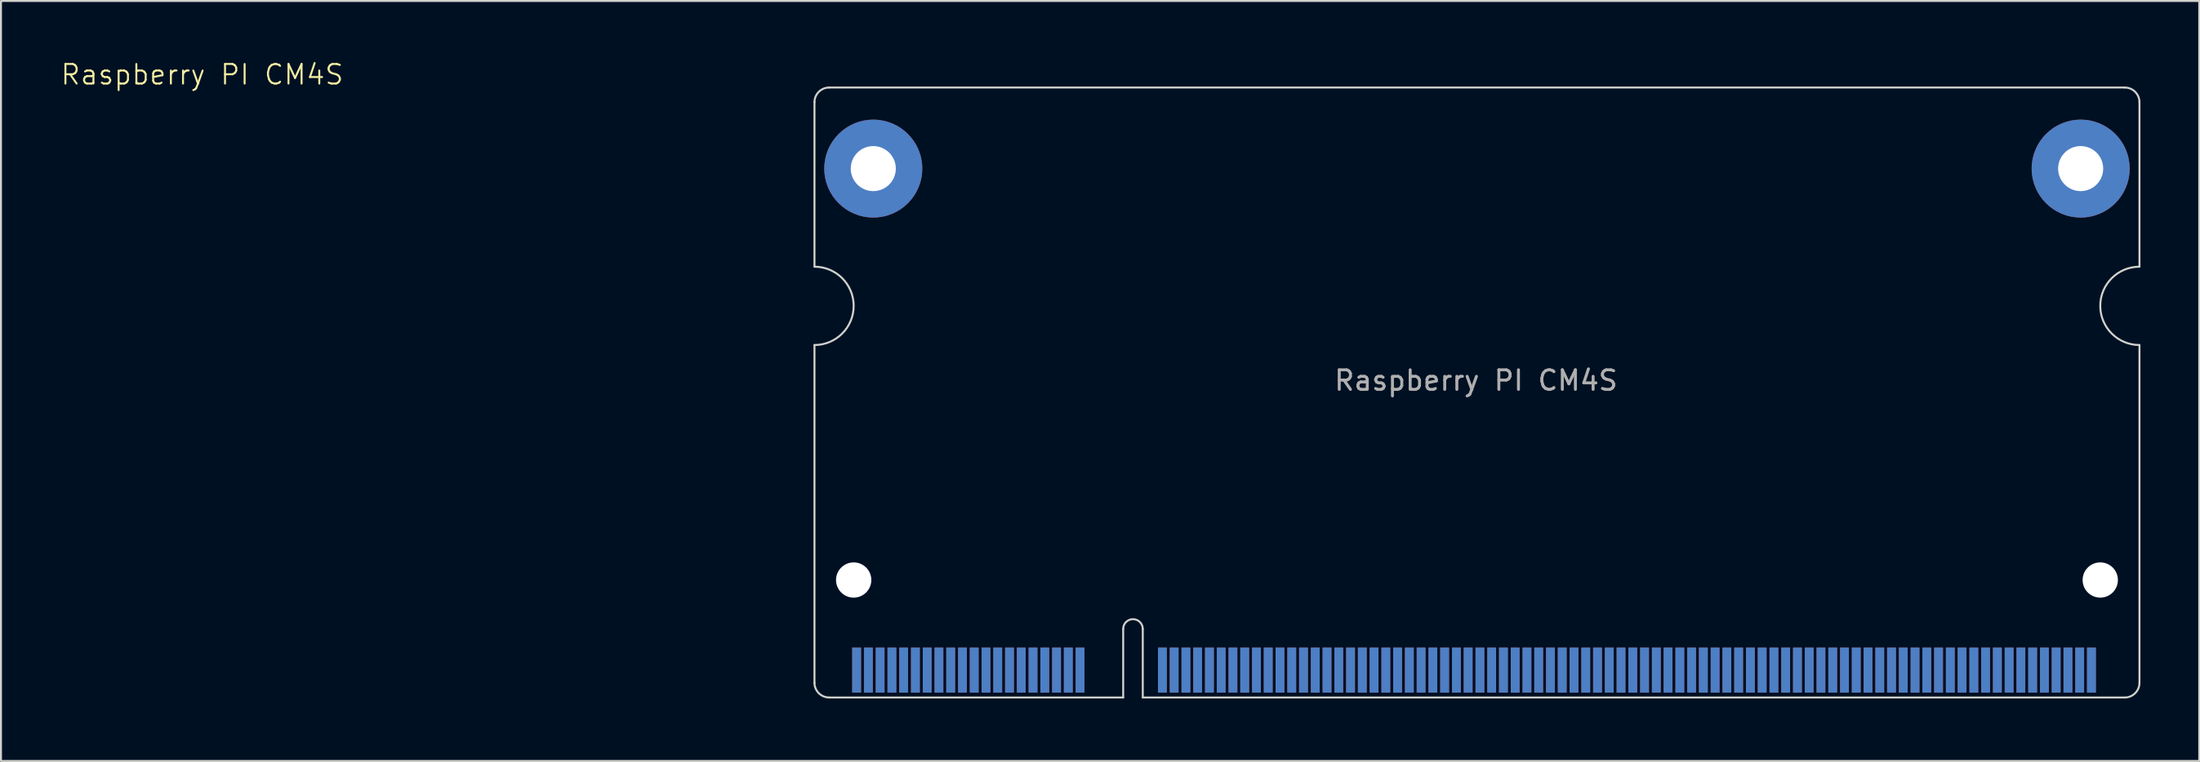
<source format=kicad_pcb>
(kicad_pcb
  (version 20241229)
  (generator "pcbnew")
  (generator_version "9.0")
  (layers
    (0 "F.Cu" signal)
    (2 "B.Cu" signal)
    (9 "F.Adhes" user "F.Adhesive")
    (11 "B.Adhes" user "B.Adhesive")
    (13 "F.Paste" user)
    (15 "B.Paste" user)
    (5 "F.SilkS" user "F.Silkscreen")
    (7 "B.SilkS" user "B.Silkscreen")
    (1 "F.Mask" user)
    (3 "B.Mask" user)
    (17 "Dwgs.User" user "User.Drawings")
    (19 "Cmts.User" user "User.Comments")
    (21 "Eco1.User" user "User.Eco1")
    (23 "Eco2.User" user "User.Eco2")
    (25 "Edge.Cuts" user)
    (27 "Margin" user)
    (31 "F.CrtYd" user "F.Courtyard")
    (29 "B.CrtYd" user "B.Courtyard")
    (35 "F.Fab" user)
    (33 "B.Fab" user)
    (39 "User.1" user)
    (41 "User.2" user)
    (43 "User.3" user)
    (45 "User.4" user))
  (footprint "Raspberry PI CM4S"
    (layer "F.Cu")
    (at 38.504 32.56)
    (property "Reference" "Raspberry PI CM4S" (at -31.24 -31.8 0) (unlocked yes) (layer "F.SilkS") (effects (font (size 1 1) (thickness 0.1))))
    (attr exclude_from_pos_files exclude_from_bom)
    (fp_line (start 0 -30.39) (end 0 -21.99) (stroke (width 0.1) (type solid)) (layer "Edge.Cuts"))
    (fp_line (start 0 -17.99) (end 0 -0.74) (stroke (width 0.1) (type solid)) (layer "Edge.Cuts"))
    (fp_line (start 0.749 -31.14) (end 66.85 -31.14) (stroke (width 0.1) (type solid)) (layer "Edge.Cuts"))
    (fp_line (start 15.75 0.01) (end 0.75 0.01) (stroke (width 0.1) (type solid)) (layer "Edge.Cuts"))
    (fp_line (start 15.75 0.01) (end 15.75 -3.49) (stroke (width 0.1) (type solid)) (layer "Edge.Cuts"))
    (fp_line (start 16.75 0.01) (end 16.75 -3.49) (stroke (width 0.1) (type solid)) (layer "Edge.Cuts"))
    (fp_line (start 16.75 0.01) (end 66.851 0.01) (stroke (width 0.1) (type solid)) (layer "Edge.Cuts"))
    (fp_line (start 67.6 -30.39) (end 67.6 -21.99) (stroke (width 0.1) (type solid)) (layer "Edge.Cuts"))
    (fp_line (start 67.6 -0.74) (end 67.6 -17.99) (stroke (width 0.1) (type solid)) (layer "Edge.Cuts"))
    (fp_arc (start 0 -30.39) (mid 0.219207 -30.919867) (end 0.748691 -31.139999) (stroke (width 0.1) (type solid)) (layer "Edge.Cuts"))
    (fp_arc (start 0 -21.99) (mid 2 -19.99) (end 0 -17.99) (stroke (width 0.1) (type solid)) (layer "Edge.Cuts"))
    (fp_arc (start 0.749999 0.008691) (mid 0.220132 -0.210516) (end 0 -0.74) (stroke (width 0.1) (type solid)) (layer "Edge.Cuts"))
    (fp_arc (start 15.75 -3.49) (mid 16.25 -3.99) (end 16.75 -3.49) (stroke (width 0.1) (type solid)) (layer "Edge.Cuts"))
    (fp_arc (start 66.85 -31.14) (mid 67.379867 -30.920793) (end 67.599999 -30.391309) (stroke (width 0.1) (type solid)) (layer "Edge.Cuts"))
    (fp_arc (start 67.6 -17.99) (mid 65.6 -19.99) (end 67.6 -21.99) (stroke (width 0.1) (type solid)) (layer "Edge.Cuts"))
    (fp_arc (start 67.6 -0.74) (mid 67.38033 -0.20967) (end 66.85 0.01) (stroke (width 0.1) (type solid)) (layer "Edge.Cuts"))
    (fp_text user "${REFERENCE}" (at 33.75 -16.18 0) (unlocked yes) (layer "F.Fab") (effects (font (size 1 1) (thickness 0.15))))
    (pad "" np_thru_hole circle (at 2 -5.99) (size 1.8 1.8) (drill 1.8) (layers "*.Cu" "*.Mask"))
    (pad "" np_thru_hole circle (at 65.6 -5.99) (size 1.8 1.8) (drill 1.8) (layers "*.Cu" "*.Mask"))
    (pad "1" smd rect (at 2.15 -1.39) (size 0.45 2.3) (layers "F.Cu" "F.Mask"))
    (pad "2" smd rect (at 2.15 -1.39 180) (size 0.45 2.3) (layers "B.Cu" "B.Mask"))
    (pad "3" smd rect (at 2.75 -1.39) (size 0.45 2.3) (layers "F.Cu" "F.Mask"))
    (pad "4" smd rect (at 2.75 -1.39 180) (size 0.45 2.3) (layers "B.Cu" "B.Mask"))
    (pad "5" smd rect (at 3.35 -1.39) (size 0.45 2.3) (layers "F.Cu" "F.Mask"))
    (pad "6" smd rect (at 3.35 -1.39 180) (size 0.45 2.3) (layers "B.Cu" "B.Mask"))
    (pad "7" smd rect (at 3.95 -1.39) (size 0.45 2.3) (layers "F.Cu" "F.Mask"))
    (pad "8" smd rect (at 3.95 -1.39 180) (size 0.45 2.3) (layers "B.Cu" "B.Mask"))
    (pad "9" smd rect (at 4.55 -1.39) (size 0.45 2.3) (layers "F.Cu" "F.Mask"))
    (pad "10" smd rect (at 4.55 -1.39 180) (size 0.45 2.3) (layers "B.Cu" "B.Mask"))
    (pad "11" smd rect (at 5.15 -1.39) (size 0.45 2.3) (layers "F.Cu" "F.Mask"))
    (pad "12" smd rect (at 5.15 -1.39 180) (size 0.45 2.3) (layers "B.Cu" "B.Mask"))
    (pad "13" smd rect (at 5.75 -1.39) (size 0.45 2.3) (layers "F.Cu" "F.Mask"))
    (pad "14" smd rect (at 5.75 -1.39 180) (size 0.45 2.3) (layers "B.Cu" "B.Mask"))
    (pad "15" smd rect (at 6.35 -1.39) (size 0.45 2.3) (layers "F.Cu" "F.Mask"))
    (pad "16" smd rect (at 6.35 -1.39 180) (size 0.45 2.3) (layers "B.Cu" "B.Mask"))
    (pad "17" smd rect (at 6.95 -1.39) (size 0.45 2.3) (layers "F.Cu" "F.Mask"))
    (pad "18" smd rect (at 6.95 -1.39 180) (size 0.45 2.3) (layers "B.Cu" "B.Mask"))
    (pad "19" smd rect (at 7.55 -1.39) (size 0.45 2.3) (layers "F.Cu" "F.Mask"))
    (pad "20" smd rect (at 7.55 -1.39 180) (size 0.45 2.3) (layers "B.Cu" "B.Mask"))
    (pad "21" smd rect (at 8.15 -1.39) (size 0.45 2.3) (layers "F.Cu" "F.Mask"))
    (pad "22" smd rect (at 8.15 -1.39 180) (size 0.45 2.3) (layers "B.Cu" "B.Mask"))
    (pad "23" smd rect (at 8.75 -1.39) (size 0.45 2.3) (layers "F.Cu" "F.Mask"))
    (pad "24" smd rect (at 8.75 -1.39 180) (size 0.45 2.3) (layers "B.Cu" "B.Mask"))
    (pad "25" smd rect (at 9.35 -1.39) (size 0.45 2.3) (layers "F.Cu" "F.Mask"))
    (pad "26" smd rect (at 9.35 -1.39 180) (size 0.45 2.3) (layers "B.Cu" "B.Mask"))
    (pad "27" smd rect (at 9.95 -1.39) (size 0.45 2.3) (layers "F.Cu" "F.Mask"))
    (pad "28" smd rect (at 9.95 -1.39 180) (size 0.45 2.3) (layers "B.Cu" "B.Mask"))
    (pad "29" smd rect (at 10.55 -1.39) (size 0.45 2.3) (layers "F.Cu" "F.Mask"))
    (pad "30" smd rect (at 10.55 -1.39 180) (size 0.45 2.3) (layers "B.Cu" "B.Mask"))
    (pad "31" smd rect (at 11.15 -1.39) (size 0.45 2.3) (layers "F.Cu" "F.Mask"))
    (pad "32" smd rect (at 11.15 -1.39 180) (size 0.45 2.3) (layers "B.Cu" "B.Mask"))
    (pad "33" smd rect (at 11.75 -1.39) (size 0.45 2.3) (layers "F.Cu" "F.Mask"))
    (pad "34" smd rect (at 11.75 -1.39 180) (size 0.45 2.3) (layers "B.Cu" "B.Mask"))
    (pad "35" smd rect (at 12.35 -1.39) (size 0.45 2.3) (layers "F.Cu" "F.Mask"))
    (pad "36" smd rect (at 12.35 -1.39 180) (size 0.45 2.3) (layers "B.Cu" "B.Mask"))
    (pad "37" smd rect (at 12.95 -1.39) (size 0.45 2.3) (layers "F.Cu" "F.Mask"))
    (pad "38" smd rect (at 12.95 -1.39 180) (size 0.45 2.3) (layers "B.Cu" "B.Mask"))
    (pad "39" smd rect (at 13.55 -1.39) (size 0.45 2.3) (layers "F.Cu" "F.Mask"))
    (pad "40" smd rect (at 13.55 -1.39 180) (size 0.45 2.3) (layers "B.Cu" "B.Mask"))
    (pad "41" smd rect (at 17.75 -1.39) (size 0.45 2.3) (layers "F.Cu" "F.Mask"))
    (pad "42" smd rect (at 17.75 -1.39 180) (size 0.45 2.3) (layers "B.Cu" "B.Mask"))
    (pad "43" smd rect (at 18.35 -1.39) (size 0.45 2.3) (layers "F.Cu" "F.Mask"))
    (pad "44" smd rect (at 18.35 -1.39 180) (size 0.45 2.3) (layers "B.Cu" "B.Mask"))
    (pad "45" smd rect (at 18.95 -1.39) (size 0.45 2.3) (layers "F.Cu" "F.Mask"))
    (pad "46" smd rect (at 18.95 -1.39 180) (size 0.45 2.3) (layers "B.Cu" "B.Mask"))
    (pad "47" smd rect (at 19.55 -1.39) (size 0.45 2.3) (layers "F.Cu" "F.Mask"))
    (pad "48" smd rect (at 19.55 -1.39 180) (size 0.45 2.3) (layers "B.Cu" "B.Mask"))
    (pad "49" smd rect (at 20.15 -1.39) (size 0.45 2.3) (layers "F.Cu" "F.Mask"))
    (pad "50" smd rect (at 20.15 -1.39 180) (size 0.45 2.3) (layers "B.Cu" "B.Mask"))
    (pad "51" smd rect (at 20.75 -1.39) (size 0.45 2.3) (layers "F.Cu" "F.Mask"))
    (pad "52" smd rect (at 20.75 -1.39 180) (size 0.45 2.3) (layers "B.Cu" "B.Mask"))
    (pad "53" smd rect (at 21.35 -1.39) (size 0.45 2.3) (layers "F.Cu" "F.Mask"))
    (pad "54" smd rect (at 21.35 -1.39 180) (size 0.45 2.3) (layers "B.Cu" "B.Mask"))
    (pad "55" smd rect (at 21.95 -1.39) (size 0.45 2.3) (layers "F.Cu" "F.Mask"))
    (pad "56" smd rect (at 21.95 -1.39 180) (size 0.45 2.3) (layers "B.Cu" "B.Mask"))
    (pad "57" smd rect (at 22.55 -1.39) (size 0.45 2.3) (layers "F.Cu" "F.Mask"))
    (pad "58" smd rect (at 22.55 -1.39 180) (size 0.45 2.3) (layers "B.Cu" "B.Mask"))
    (pad "59" smd rect (at 23.15 -1.39) (size 0.45 2.3) (layers "F.Cu" "F.Mask"))
    (pad "60" smd rect (at 23.15 -1.39 180) (size 0.45 2.3) (layers "B.Cu" "B.Mask"))
    (pad "61" smd rect (at 23.75 -1.39) (size 0.45 2.3) (layers "F.Cu" "F.Mask"))
    (pad "62" smd rect (at 23.75 -1.39) (size 0.45 2.3) (layers "B.Cu" "B.Mask"))
    (pad "63" smd rect (at 24.35 -1.39) (size 0.45 2.3) (layers "F.Cu" "F.Mask"))
    (pad "64" smd rect (at 24.35 -1.39 180) (size 0.45 2.3) (layers "B.Cu" "B.Mask"))
    (pad "65" smd rect (at 24.95 -1.39) (size 0.45 2.3) (layers "F.Cu" "F.Mask"))
    (pad "66" smd rect (at 24.95 -1.39 180) (size 0.45 2.3) (layers "B.Cu" "B.Mask"))
    (pad "67" smd rect (at 25.55 -1.39) (size 0.45 2.3) (layers "F.Cu" "F.Mask"))
    (pad "68" smd rect (at 25.55 -1.39 180) (size 0.45 2.3) (layers "B.Cu" "B.Mask"))
    (pad "69" smd rect (at 26.15 -1.39) (size 0.45 2.3) (layers "F.Cu" "F.Mask"))
    (pad "70" smd rect (at 26.15 -1.39 180) (size 0.45 2.3) (layers "B.Cu" "B.Mask"))
    (pad "71" smd rect (at 26.75 -1.39) (size 0.45 2.3) (layers "F.Cu" "F.Mask"))
    (pad "72" smd rect (at 26.75 -1.39 180) (size 0.45 2.3) (layers "B.Cu" "B.Mask"))
    (pad "73" smd rect (at 27.35 -1.39) (size 0.45 2.3) (layers "F.Cu" "F.Mask"))
    (pad "74" smd rect (at 27.35 -1.39 180) (size 0.45 2.3) (layers "B.Cu" "B.Mask"))
    (pad "75" smd rect (at 27.95 -1.39) (size 0.45 2.3) (layers "F.Cu" "F.Mask"))
    (pad "76" smd rect (at 27.95 -1.39 180) (size 0.45 2.3) (layers "B.Cu" "B.Mask"))
    (pad "77" smd rect (at 28.55 -1.39) (size 0.45 2.3) (layers "F.Cu" "F.Mask"))
    (pad "78" smd rect (at 28.55 -1.39 180) (size 0.45 2.3) (layers "B.Cu" "B.Mask"))
    (pad "79" smd rect (at 29.15 -1.39) (size 0.45 2.3) (layers "F.Cu" "F.Mask"))
    (pad "80" smd rect (at 29.15 -1.39 180) (size 0.45 2.3) (layers "B.Cu" "B.Mask"))
    (pad "81" smd rect (at 29.75 -1.39) (size 0.45 2.3) (layers "F.Cu" "F.Mask"))
    (pad "82" smd rect (at 29.75 -1.39 180) (size 0.45 2.3) (layers "B.Cu" "B.Mask"))
    (pad "83" smd rect (at 30.35 -1.39) (size 0.45 2.3) (layers "F.Cu" "F.Mask"))
    (pad "84" smd rect (at 30.35 -1.39 180) (size 0.45 2.3) (layers "B.Cu" "B.Mask"))
    (pad "85" smd rect (at 30.95 -1.39) (size 0.45 2.3) (layers "F.Cu" "F.Mask"))
    (pad "86" smd rect (at 30.95 -1.39 180) (size 0.45 2.3) (layers "B.Cu" "B.Mask"))
    (pad "87" smd rect (at 31.55 -1.39) (size 0.45 2.3) (layers "F.Cu" "F.Mask"))
    (pad "88" smd rect (at 31.55 -1.39 180) (size 0.45 2.3) (layers "B.Cu" "B.Mask"))
    (pad "89" smd rect (at 32.15 -1.39) (size 0.45 2.3) (layers "F.Cu" "F.Mask"))
    (pad "90" smd rect (at 32.15 -1.39 180) (size 0.45 2.3) (layers "B.Cu" "B.Mask"))
    (pad "91" smd rect (at 32.75 -1.39) (size 0.45 2.3) (layers "F.Cu" "F.Mask"))
    (pad "92" smd rect (at 32.75 -1.39 180) (size 0.45 2.3) (layers "B.Cu" "B.Mask"))
    (pad "93" smd rect (at 33.35 -1.39) (size 0.45 2.3) (layers "F.Cu" "F.Mask"))
    (pad "94" smd rect (at 33.35 -1.39 180) (size 0.45 2.3) (layers "B.Cu" "B.Mask"))
    (pad "95" smd rect (at 33.95 -1.39) (size 0.45 2.3) (layers "F.Cu" "F.Mask"))
    (pad "96" smd rect (at 33.95 -1.39 180) (size 0.45 2.3) (layers "B.Cu" "B.Mask"))
    (pad "97" smd rect (at 34.55 -1.39) (size 0.45 2.3) (layers "F.Cu" "F.Mask"))
    (pad "98" smd rect (at 34.55 -1.39 180) (size 0.45 2.3) (layers "B.Cu" "B.Mask"))
    (pad "99" smd rect (at 35.15 -1.39) (size 0.45 2.3) (layers "F.Cu" "F.Mask"))
    (pad "100" smd rect (at 35.15 -1.39 180) (size 0.45 2.3) (layers "B.Cu" "B.Mask"))
    (pad "101" smd rect (at 35.75 -1.39) (size 0.45 2.3) (layers "F.Cu" "F.Mask"))
    (pad "102" smd rect (at 35.75 -1.39 180) (size 0.45 2.3) (layers "B.Cu" "B.Mask"))
    (pad "103" smd rect (at 36.35 -1.39) (size 0.45 2.3) (layers "F.Cu" "F.Mask"))
    (pad "104" smd rect (at 36.35 -1.39 180) (size 0.45 2.3) (layers "B.Cu" "B.Mask"))
    (pad "105" smd rect (at 36.95 -1.39) (size 0.45 2.3) (layers "F.Cu" "F.Mask"))
    (pad "106" smd rect (at 36.95 -1.39 180) (size 0.45 2.3) (layers "B.Cu" "B.Mask"))
    (pad "107" smd rect (at 37.55 -1.39) (size 0.45 2.3) (layers "F.Cu" "F.Mask"))
    (pad "108" smd rect (at 37.55 -1.39 180) (size 0.45 2.3) (layers "B.Cu" "B.Mask"))
    (pad "109" smd rect (at 38.15 -1.39) (size 0.45 2.3) (layers "F.Cu" "F.Mask"))
    (pad "110" smd rect (at 38.15 -1.39 180) (size 0.45 2.3) (layers "B.Cu" "B.Mask"))
    (pad "111" smd rect (at 38.75 -1.39) (size 0.45 2.3) (layers "F.Cu" "F.Mask"))
    (pad "112" smd rect (at 38.75 -1.39 180) (size 0.45 2.3) (layers "B.Cu" "B.Mask"))
    (pad "113" smd rect (at 39.35 -1.39) (size 0.45 2.3) (layers "F.Cu" "F.Mask"))
    (pad "114" smd rect (at 39.35 -1.39 180) (size 0.45 2.3) (layers "B.Cu" "B.Mask"))
    (pad "115" smd rect (at 39.95 -1.39) (size 0.45 2.3) (layers "F.Cu" "F.Mask"))
    (pad "116" smd rect (at 39.95 -1.39 180) (size 0.45 2.3) (layers "B.Cu" "B.Mask"))
    (pad "117" smd rect (at 40.55 -1.39) (size 0.45 2.3) (layers "F.Cu" "F.Mask"))
    (pad "118" smd rect (at 40.55 -1.39 180) (size 0.45 2.3) (layers "B.Cu" "B.Mask"))
    (pad "119" smd rect (at 41.15 -1.39) (size 0.45 2.3) (layers "F.Cu" "F.Mask"))
    (pad "120" smd rect (at 41.15 -1.39 180) (size 0.45 2.3) (layers "B.Cu" "B.Mask"))
    (pad "121" smd rect (at 41.75 -1.39) (size 0.45 2.3) (layers "F.Cu" "F.Mask"))
    (pad "122" smd rect (at 41.75 -1.39 180) (size 0.45 2.3) (layers "B.Cu" "B.Mask"))
    (pad "123" smd rect (at 42.35 -1.39) (size 0.45 2.3) (layers "F.Cu" "F.Mask"))
    (pad "124" smd rect (at 42.35 -1.39 180) (size 0.45 2.3) (layers "B.Cu" "B.Mask"))
    (pad "125" smd rect (at 42.95 -1.39) (size 0.45 2.3) (layers "F.Cu" "F.Mask"))
    (pad "126" smd rect (at 42.95 -1.39 180) (size 0.45 2.3) (layers "B.Cu" "B.Mask"))
    (pad "127" smd rect (at 43.55 -1.39) (size 0.45 2.3) (layers "F.Cu" "F.Mask"))
    (pad "128" smd rect (at 43.55 -1.39 180) (size 0.45 2.3) (layers "B.Cu" "B.Mask"))
    (pad "129" smd rect (at 44.15 -1.39) (size 0.45 2.3) (layers "F.Cu" "F.Mask"))
    (pad "130" smd rect (at 44.15 -1.39 180) (size 0.45 2.3) (layers "B.Cu" "B.Mask"))
    (pad "131" smd rect (at 44.75 -1.39) (size 0.45 2.3) (layers "F.Cu" "F.Mask"))
    (pad "132" smd rect (at 44.75 -1.39 180) (size 0.45 2.3) (layers "B.Cu" "B.Mask"))
    (pad "133" smd rect (at 45.35 -1.39) (size 0.45 2.3) (layers "F.Cu" "F.Mask"))
    (pad "134" smd rect (at 45.35 -1.39 180) (size 0.45 2.3) (layers "B.Cu" "B.Mask"))
    (pad "135" smd rect (at 45.95 -1.39) (size 0.45 2.3) (layers "F.Cu" "F.Mask"))
    (pad "136" smd rect (at 45.95 -1.39 180) (size 0.45 2.3) (layers "B.Cu" "B.Mask"))
    (pad "137" smd rect (at 46.55 -1.39) (size 0.45 2.3) (layers "F.Cu" "F.Mask"))
    (pad "138" smd rect (at 46.55 -1.39 180) (size 0.45 2.3) (layers "B.Cu" "B.Mask"))
    (pad "139" smd rect (at 47.15 -1.39) (size 0.45 2.3) (layers "F.Cu" "F.Mask"))
    (pad "140" smd rect (at 47.15 -1.39 180) (size 0.45 2.3) (layers "B.Cu" "B.Mask"))
    (pad "141" smd rect (at 47.75 -1.39) (size 0.45 2.3) (layers "F.Cu" "F.Mask"))
    (pad "142" smd rect (at 47.75 -1.39 180) (size 0.45 2.3) (layers "B.Cu" "B.Mask"))
    (pad "143" smd rect (at 48.35 -1.39) (size 0.45 2.3) (layers "F.Cu" "F.Mask"))
    (pad "144" smd rect (at 48.35 -1.39 180) (size 0.45 2.3) (layers "B.Cu" "B.Mask"))
    (pad "145" smd rect (at 48.95 -1.39) (size 0.45 2.3) (layers "F.Cu" "F.Mask"))
    (pad "146" smd rect (at 48.95 -1.39 180) (size 0.45 2.3) (layers "B.Cu" "B.Mask"))
    (pad "147" smd rect (at 49.55 -1.39) (size 0.45 2.3) (layers "F.Cu" "F.Mask"))
    (pad "148" smd rect (at 49.55 -1.39 180) (size 0.45 2.3) (layers "B.Cu" "B.Mask"))
    (pad "149" smd rect (at 50.15 -1.39) (size 0.45 2.3) (layers "F.Cu" "F.Mask"))
    (pad "150" smd rect (at 50.15 -1.39 180) (size 0.45 2.3) (layers "B.Cu" "B.Mask"))
    (pad "151" smd rect (at 50.75 -1.39) (size 0.45 2.3) (layers "F.Cu" "F.Mask"))
    (pad "152" smd rect (at 50.75 -1.39 180) (size 0.45 2.3) (layers "B.Cu" "B.Mask"))
    (pad "153" smd rect (at 51.35 -1.39) (size 0.45 2.3) (layers "F.Cu" "F.Mask"))
    (pad "154" smd rect (at 51.35 -1.39 180) (size 0.45 2.3) (layers "B.Cu" "B.Mask"))
    (pad "155" smd rect (at 51.95 -1.39) (size 0.45 2.3) (layers "F.Cu" "F.Mask"))
    (pad "156" smd rect (at 51.95 -1.39 180) (size 0.45 2.3) (layers "B.Cu" "B.Mask"))
    (pad "157" smd rect (at 52.55 -1.39) (size 0.45 2.3) (layers "F.Cu" "F.Mask"))
    (pad "158" smd rect (at 52.55 -1.39 180) (size 0.45 2.3) (layers "B.Cu" "B.Mask"))
    (pad "159" smd rect (at 53.15 -1.39) (size 0.45 2.3) (layers "F.Cu" "F.Mask"))
    (pad "160" smd rect (at 53.15 -1.39 180) (size 0.45 2.3) (layers "B.Cu" "B.Mask"))
    (pad "161" smd rect (at 53.75 -1.39) (size 0.45 2.3) (layers "F.Cu" "F.Mask"))
    (pad "162" smd rect (at 53.75 -1.39 180) (size 0.45 2.3) (layers "B.Cu" "B.Mask"))
    (pad "163" smd rect (at 54.35 -1.39) (size 0.45 2.3) (layers "F.Cu" "F.Mask"))
    (pad "164" smd rect (at 54.35 -1.39 180) (size 0.45 2.3) (layers "B.Cu" "B.Mask"))
    (pad "165" smd rect (at 54.95 -1.39) (size 0.45 2.3) (layers "F.Cu" "F.Mask"))
    (pad "166" smd rect (at 54.95 -1.39 180) (size 0.45 2.3) (layers "B.Cu" "B.Mask"))
    (pad "167" smd rect (at 55.55 -1.39) (size 0.45 2.3) (layers "F.Cu" "F.Mask"))
    (pad "168" smd rect (at 55.55 -1.39 180) (size 0.45 2.3) (layers "B.Cu" "B.Mask"))
    (pad "169" smd rect (at 56.15 -1.39) (size 0.45 2.3) (layers "F.Cu" "F.Mask"))
    (pad "170" smd rect (at 56.15 -1.39 180) (size 0.45 2.3) (layers "B.Cu" "B.Mask"))
    (pad "171" smd rect (at 56.75 -1.39) (size 0.45 2.3) (layers "F.Cu" "F.Mask"))
    (pad "172" smd rect (at 56.75 -1.39 180) (size 0.45 2.3) (layers "B.Cu" "B.Mask"))
    (pad "173" smd rect (at 57.35 -1.39) (size 0.45 2.3) (layers "F.Cu" "F.Mask"))
    (pad "174" smd rect (at 57.35 -1.39 180) (size 0.45 2.3) (layers "B.Cu" "B.Mask"))
    (pad "175" smd rect (at 57.95 -1.39) (size 0.45 2.3) (layers "F.Cu" "F.Mask"))
    (pad "176" smd rect (at 57.95 -1.39 180) (size 0.45 2.3) (layers "B.Cu" "B.Mask"))
    (pad "177" smd rect (at 58.55 -1.39) (size 0.45 2.3) (layers "F.Cu" "F.Mask"))
    (pad "178" smd rect (at 58.55 -1.39 180) (size 0.45 2.3) (layers "B.Cu" "B.Mask"))
    (pad "179" smd rect (at 59.15 -1.39) (size 0.45 2.3) (layers "F.Cu" "F.Mask"))
    (pad "180" smd rect (at 59.15 -1.39 180) (size 0.45 2.3) (layers "B.Cu" "B.Mask"))
    (pad "181" smd rect (at 59.75 -1.39) (size 0.45 2.3) (layers "F.Cu" "F.Mask"))
    (pad "182" smd rect (at 59.75 -1.39 180) (size 0.45 2.3) (layers "B.Cu" "B.Mask"))
    (pad "183" smd rect (at 60.35 -1.39) (size 0.45 2.3) (layers "F.Cu" "F.Mask"))
    (pad "184" smd rect (at 60.35 -1.39 180) (size 0.45 2.3) (layers "B.Cu" "B.Mask"))
    (pad "185" smd rect (at 60.95 -1.39) (size 0.45 2.3) (layers "F.Cu" "F.Mask"))
    (pad "186" smd rect (at 60.95 -1.39 180) (size 0.45 2.3) (layers "B.Cu" "B.Mask"))
    (pad "187" smd rect (at 61.55 -1.39) (size 0.45 2.3) (layers "F.Cu" "F.Mask"))
    (pad "188" smd rect (at 61.55 -1.39 180) (size 0.45 2.3) (layers "B.Cu" "B.Mask"))
    (pad "189" smd rect (at 62.15 -1.39) (size 0.45 2.3) (layers "F.Cu" "F.Mask"))
    (pad "190" smd rect (at 62.15 -1.39 180) (size 0.45 2.3) (layers "B.Cu" "B.Mask"))
    (pad "191" smd rect (at 62.75 -1.39) (size 0.45 2.3) (layers "F.Cu" "F.Mask"))
    (pad "192" smd rect (at 62.75 -1.39 180) (size 0.45 2.3) (layers "B.Cu" "B.Mask"))
    (pad "193" smd rect (at 63.35 -1.39) (size 0.45 2.3) (layers "F.Cu" "F.Mask"))
    (pad "194" smd rect (at 63.35 -1.39 180) (size 0.45 2.3) (layers "B.Cu" "B.Mask"))
    (pad "195" smd rect (at 63.95 -1.39) (size 0.45 2.3) (layers "F.Cu" "F.Mask"))
    (pad "196" smd rect (at 63.95 -1.39 180) (size 0.45 2.3) (layers "B.Cu" "B.Mask"))
    (pad "197" smd rect (at 64.55 -1.39) (size 0.45 2.3) (layers "F.Cu" "F.Mask"))
    (pad "198" smd rect (at 64.55 -1.39 180) (size 0.45 2.3) (layers "B.Cu" "B.Mask"))
    (pad "199" smd rect (at 65.15 -1.39) (size 0.45 2.3) (layers "F.Cu" "F.Mask"))
    (pad "200" smd rect (at 65.15 -1.39 180) (size 0.45 2.3) (layers "B.Cu" "B.Mask"))
    (pad "SH" thru_hole circle (at 3 -27) (size 5 5) (drill 2.3) (layers "*.Cu" "*.Mask"))
    (pad "SH" thru_hole circle (at 64.6 -27) (size 5 5) (drill 2.3) (layers "*.Cu" "*.Mask")))
  (gr_rect
    (start -3 -3)
    (end 109.154 35.81)
    (stroke (width 0.1) (type default))
    (fill no)
    (layer "Edge.Cuts")))
</source>
